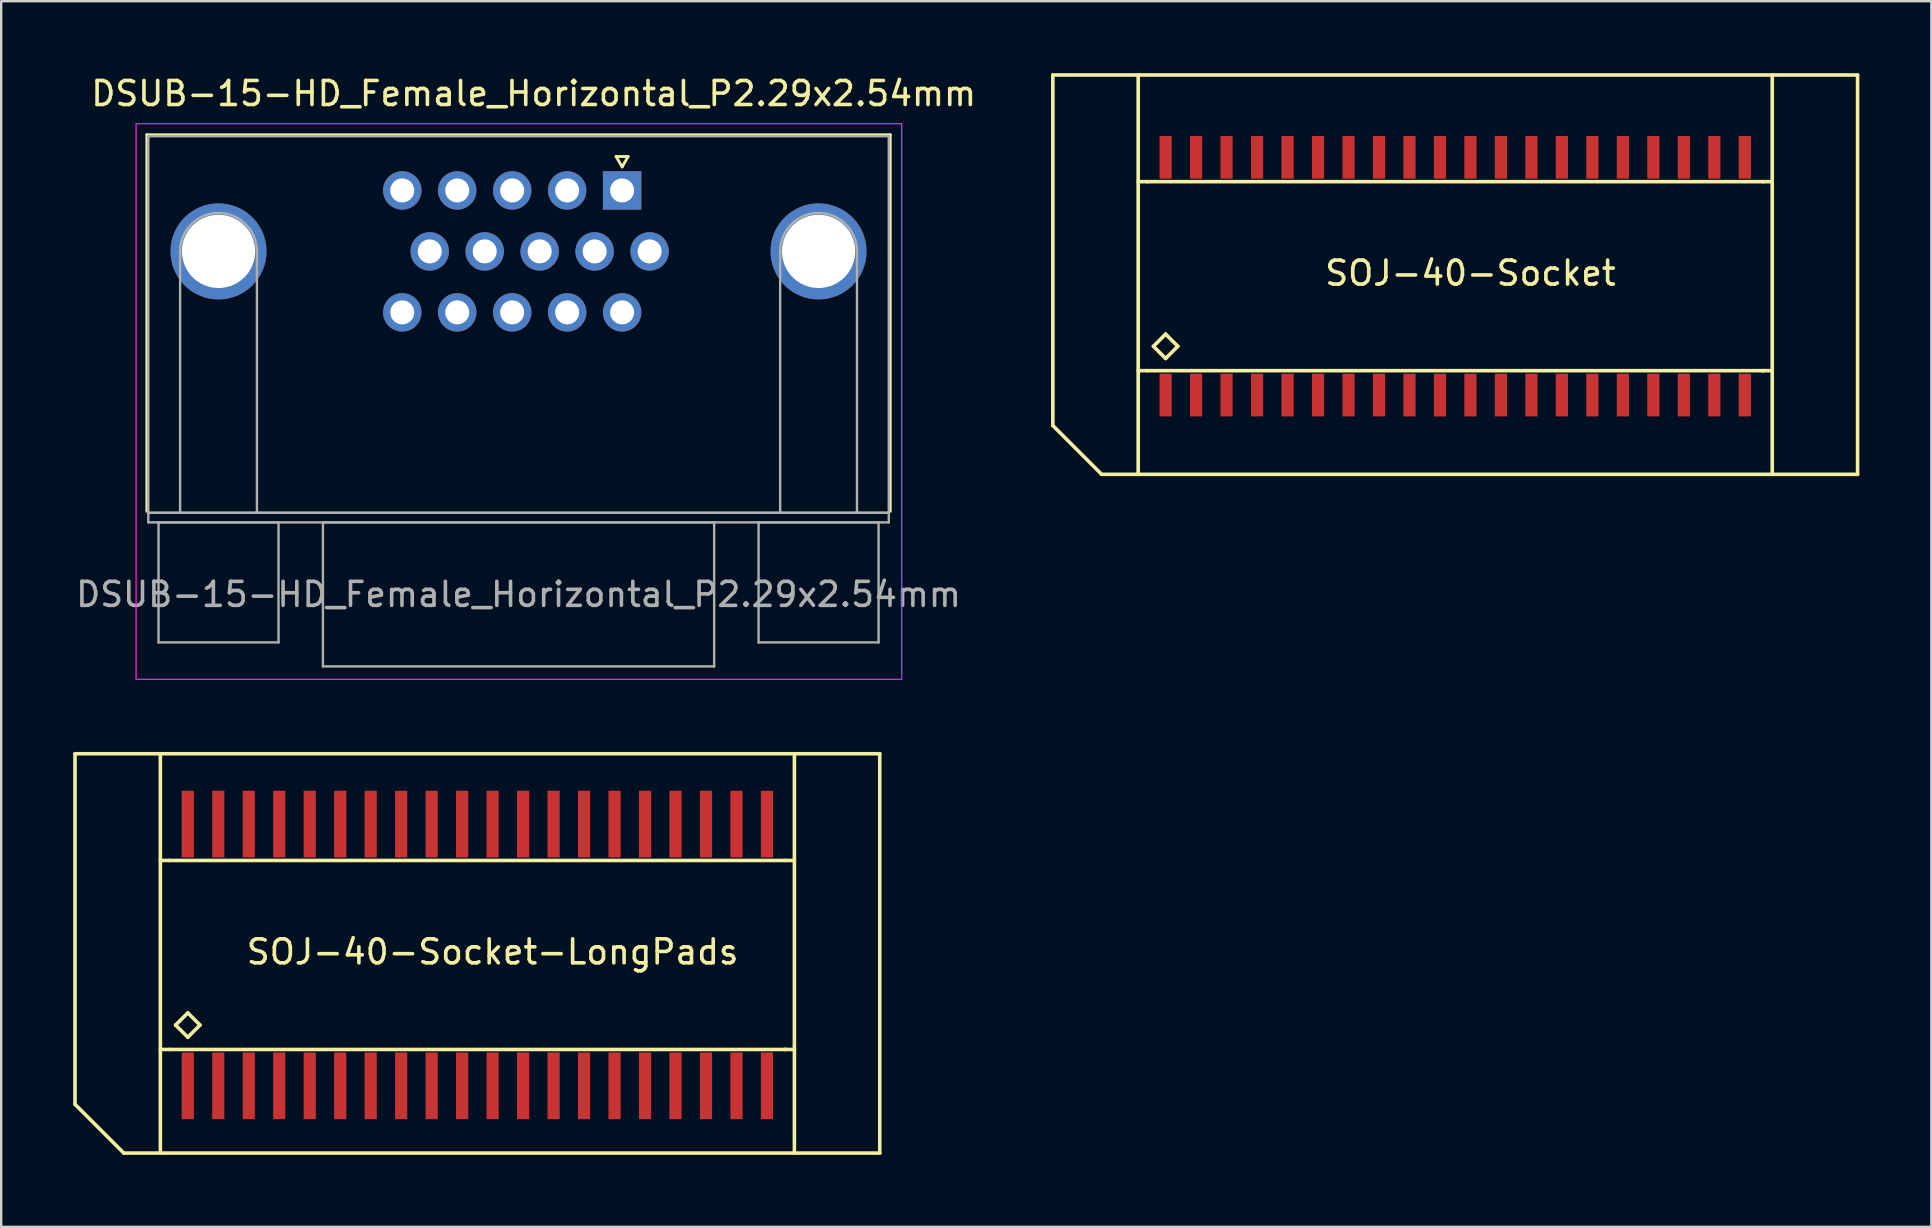
<source format=kicad_pcb>
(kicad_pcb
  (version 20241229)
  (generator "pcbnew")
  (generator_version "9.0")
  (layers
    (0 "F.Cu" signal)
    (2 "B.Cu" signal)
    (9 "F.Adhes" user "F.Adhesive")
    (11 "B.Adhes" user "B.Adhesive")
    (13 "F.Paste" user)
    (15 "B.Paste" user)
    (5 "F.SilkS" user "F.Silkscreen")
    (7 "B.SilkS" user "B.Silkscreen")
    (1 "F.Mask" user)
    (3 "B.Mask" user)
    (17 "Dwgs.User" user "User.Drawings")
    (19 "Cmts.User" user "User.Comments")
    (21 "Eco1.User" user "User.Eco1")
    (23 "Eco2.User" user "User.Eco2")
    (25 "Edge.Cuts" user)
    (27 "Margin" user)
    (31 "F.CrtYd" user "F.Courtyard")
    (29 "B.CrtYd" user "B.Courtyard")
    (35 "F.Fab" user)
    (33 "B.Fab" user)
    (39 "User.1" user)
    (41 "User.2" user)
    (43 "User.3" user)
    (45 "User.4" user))
  (footprint "SOJ-40-Socket"
    (layer "F.Cu")
    (at 58.213 8.33)
    (property "Reference" "SOJ-40-Socket" (at 0 0 180) (layer "F.SilkS") (effects (font (size 1 1) (thickness 0.15))))
    (attr smd)
    (fp_line (start -17.399 6.35) (end -17.399 -8.255) (stroke (width 0.15) (type solid)) (layer "F.SilkS"))
    (fp_line (start -15.367 8.382) (end -17.399 6.35) (stroke (width 0.15) (type solid)) (layer "F.SilkS"))
    (fp_line (start -13.843 8.382) (end -13.843 -8.255) (stroke (width 0.15) (type solid)) (layer "F.SilkS"))
    (fp_line (start -13.462 -3.81) (end -13.843 -3.81) (stroke (width 0.15) (type solid)) (layer "F.SilkS"))
    (fp_line (start -13.462 -3.81) (end 12.192 -3.81) (stroke (width 0.15) (type solid)) (layer "F.SilkS"))
    (fp_line (start -13.462 4.064) (end -13.843 4.064) (stroke (width 0.15) (type solid)) (layer "F.SilkS"))
    (fp_line (start -13.208 3.048) (end -12.7 2.54) (stroke (width 0.15) (type solid)) (layer "F.SilkS"))
    (fp_line (start -12.7 2.54) (end -12.192 3.048) (stroke (width 0.15) (type solid)) (layer "F.SilkS"))
    (fp_line (start -12.7 3.556) (end -13.208 3.048) (stroke (width 0.15) (type solid)) (layer "F.SilkS"))
    (fp_line (start -12.192 3.048) (end -12.7 3.556) (stroke (width 0.15) (type solid)) (layer "F.SilkS"))
    (fp_line (start 12.192 -3.81) (end 12.573 -3.81) (stroke (width 0.15) (type solid)) (layer "F.SilkS"))
    (fp_line (start 12.192 4.064) (end -13.462 4.064) (stroke (width 0.15) (type solid)) (layer "F.SilkS"))
    (fp_line (start 12.192 4.064) (end 12.192 4.064) (stroke (width 0.15) (type solid)) (layer "F.SilkS"))
    (fp_line (start 12.192 4.064) (end 12.573 4.064) (stroke (width 0.15) (type solid)) (layer "F.SilkS"))
    (fp_line (start 12.573 8.382) (end 12.573 -8.255) (stroke (width 0.15) (type solid)) (layer "F.SilkS"))
    (fp_line (start 16.129 -8.255) (end -17.399 -8.255) (stroke (width 0.15) (type solid)) (layer "F.SilkS"))
    (fp_line (start 16.129 -8.255) (end 16.129 8.382) (stroke (width 0.15) (type solid)) (layer "F.SilkS"))
    (fp_line (start 16.129 8.382) (end -15.367 8.382) (stroke (width 0.15) (type solid)) (layer "F.SilkS"))
    (pad "1" smd rect (at -12.7 5.08) (size 0.508 1.778) (layers "F.Cu" "F.Mask" "F.Paste"))
    (pad "2" smd rect (at -11.43 5.08) (size 0.508 1.778) (layers "F.Cu" "F.Mask" "F.Paste"))
    (pad "3" smd rect (at -10.16 5.08) (size 0.508 1.778) (layers "F.Cu" "F.Mask" "F.Paste"))
    (pad "4" smd rect (at -8.89 5.08) (size 0.508 1.778) (layers "F.Cu" "F.Mask" "F.Paste"))
    (pad "5" smd rect (at -7.62 5.08) (size 0.508 1.778) (layers "F.Cu" "F.Mask" "F.Paste"))
    (pad "6" smd rect (at -6.35 5.08) (size 0.508 1.778) (layers "F.Cu" "F.Mask" "F.Paste"))
    (pad "7" smd rect (at -5.08 5.08) (size 0.508 1.778) (layers "F.Cu" "F.Mask" "F.Paste"))
    (pad "8" smd rect (at -3.81 5.08) (size 0.508 1.778) (layers "F.Cu" "F.Mask" "F.Paste"))
    (pad "9" smd rect (at -2.54 5.08) (size 0.508 1.778) (layers "F.Cu" "F.Mask" "F.Paste"))
    (pad "10" smd rect (at -1.27 5.08) (size 0.508 1.778) (layers "F.Cu" "F.Mask" "F.Paste"))
    (pad "11" smd rect (at 0 5.08) (size 0.508 1.778) (layers "F.Cu" "F.Mask" "F.Paste"))
    (pad "12" smd rect (at 1.27 5.08) (size 0.508 1.778) (layers "F.Cu" "F.Mask" "F.Paste"))
    (pad "13" smd rect (at 2.54 5.08) (size 0.508 1.778) (layers "F.Cu" "F.Mask" "F.Paste"))
    (pad "14" smd rect (at 3.81 5.08) (size 0.508 1.778) (layers "F.Cu" "F.Mask" "F.Paste"))
    (pad "15" smd rect (at 5.08 5.08) (size 0.508 1.778) (layers "F.Cu" "F.Mask" "F.Paste"))
    (pad "16" smd rect (at 6.35 5.08) (size 0.508 1.778) (layers "F.Cu" "F.Mask" "F.Paste"))
    (pad "17" smd rect (at 7.62 5.08) (size 0.508 1.778) (layers "F.Cu" "F.Mask" "F.Paste"))
    (pad "18" smd rect (at 8.89 5.08) (size 0.508 1.778) (layers "F.Cu" "F.Mask" "F.Paste"))
    (pad "19" smd rect (at 10.16 5.08) (size 0.508 1.778) (layers "F.Cu" "F.Mask" "F.Paste"))
    (pad "20" smd rect (at 11.43 5.08) (size 0.508 1.778) (layers "F.Cu" "F.Mask" "F.Paste"))
    (pad "21" smd rect (at 11.43 -4.826) (size 0.508 1.778) (layers "F.Cu" "F.Mask" "F.Paste"))
    (pad "22" smd rect (at 10.16 -4.826) (size 0.508 1.778) (layers "F.Cu" "F.Mask" "F.Paste"))
    (pad "23" smd rect (at 8.89 -4.826) (size 0.508 1.778) (layers "F.Cu" "F.Mask" "F.Paste"))
    (pad "24" smd rect (at 7.62 -4.826) (size 0.508 1.778) (layers "F.Cu" "F.Mask" "F.Paste"))
    (pad "25" smd rect (at 6.35 -4.826) (size 0.508 1.778) (layers "F.Cu" "F.Mask" "F.Paste"))
    (pad "26" smd rect (at 5.08 -4.826) (size 0.508 1.778) (layers "F.Cu" "F.Mask" "F.Paste"))
    (pad "27" smd rect (at 3.81 -4.826) (size 0.508 1.778) (layers "F.Cu" "F.Mask" "F.Paste"))
    (pad "28" smd rect (at 2.54 -4.826) (size 0.508 1.778) (layers "F.Cu" "F.Mask" "F.Paste"))
    (pad "29" smd rect (at 1.27 -4.826) (size 0.508 1.778) (layers "F.Cu" "F.Mask" "F.Paste"))
    (pad "30" smd rect (at 0 -4.826) (size 0.508 1.778) (layers "F.Cu" "F.Mask" "F.Paste"))
    (pad "31" smd rect (at -1.27 -4.826) (size 0.508 1.778) (layers "F.Cu" "F.Mask" "F.Paste"))
    (pad "32" smd rect (at -2.54 -4.826) (size 0.508 1.778) (layers "F.Cu" "F.Mask" "F.Paste"))
    (pad "33" smd rect (at -3.81 -4.826) (size 0.508 1.778) (layers "F.Cu" "F.Mask" "F.Paste"))
    (pad "34" smd rect (at -5.08 -4.826) (size 0.508 1.778) (layers "F.Cu" "F.Mask" "F.Paste"))
    (pad "35" smd rect (at -6.35 -4.826) (size 0.508 1.778) (layers "F.Cu" "F.Mask" "F.Paste"))
    (pad "36" smd rect (at -7.62 -4.826) (size 0.508 1.778) (layers "F.Cu" "F.Mask" "F.Paste"))
    (pad "37" smd rect (at -8.89 -4.826) (size 0.508 1.778) (layers "F.Cu" "F.Mask" "F.Paste"))
    (pad "38" smd rect (at -10.16 -4.826) (size 0.508 1.778) (layers "F.Cu" "F.Mask" "F.Paste"))
    (pad "39" smd rect (at -11.43 -4.826) (size 0.508 1.778) (layers "F.Cu" "F.Mask" "F.Paste"))
    (pad "40" smd rect (at -12.7 -4.826) (size 0.508 1.778) (layers "F.Cu" "F.Mask" "F.Paste")))
  (footprint "DSUB-15-HD_Female_Horizontal_P2.29x2.54mm"
    (layer "F.Cu")
    (at 22.869 6.004)
    (property "Reference" "DSUB-15-HD_Female_Horizontal_P2.29x2.54mm" (at -3.683 -5.156 0) (layer "F.SilkS") (effects (font (size 1 1) (thickness 0.15))))
    (attr through_hole)
    (fp_line (start -19.8 -3.44) (end 11.17 -3.44) (stroke (width 0.12) (type solid)) (layer "F.SilkS"))
    (fp_line (start -19.8 12.25) (end -19.8 -3.44) (stroke (width 0.12) (type solid)) (layer "F.SilkS"))
    (fp_line (start -0.25 -2.534) (end 0.25 -2.534) (stroke (width 0.12) (type solid)) (layer "F.SilkS"))
    (fp_line (start 0 -2.101) (end -0.25 -2.534) (stroke (width 0.12) (type solid)) (layer "F.SilkS"))
    (fp_line (start 0.25 -2.534) (end 0 -2.101) (stroke (width 0.12) (type solid)) (layer "F.SilkS"))
    (fp_line (start 11.17 -3.44) (end 11.17 12.25) (stroke (width 0.12) (type solid)) (layer "F.SilkS"))
    (fp_line (start -20.25 -3.9) (end -20.25 19.25) (stroke (width 0.05) (type solid)) (layer "F.CrtYd"))
    (fp_line (start -20.25 19.25) (end 11.65 19.25) (stroke (width 0.05) (type solid)) (layer "F.CrtYd"))
    (fp_line (start 11.65 -3.9) (end -20.25 -3.9) (stroke (width 0.05) (type solid)) (layer "F.CrtYd"))
    (fp_line (start 11.65 19.25) (end 11.65 -3.9) (stroke (width 0.05) (type solid)) (layer "F.CrtYd"))
    (fp_line (start -19.74 -3.38) (end -19.74 12.31) (stroke (width 0.1) (type solid)) (layer "F.Fab"))
    (fp_line (start -19.74 12.31) (end -19.74 12.71) (stroke (width 0.1) (type solid)) (layer "F.Fab"))
    (fp_line (start -19.74 12.31) (end 11.11 12.31) (stroke (width 0.1) (type solid)) (layer "F.Fab"))
    (fp_line (start -19.74 12.71) (end 11.11 12.71) (stroke (width 0.1) (type solid)) (layer "F.Fab"))
    (fp_line (start -19.315 12.71) (end -19.315 17.71) (stroke (width 0.1) (type solid)) (layer "F.Fab"))
    (fp_line (start -19.315 17.71) (end -14.315 17.71) (stroke (width 0.1) (type solid)) (layer "F.Fab"))
    (fp_line (start -18.415 12.31) (end -18.415 1.42) (stroke (width 0.1) (type solid)) (layer "F.Fab"))
    (fp_line (start -15.215 12.31) (end -15.215 1.42) (stroke (width 0.1) (type solid)) (layer "F.Fab"))
    (fp_line (start -14.315 12.71) (end -19.315 12.71) (stroke (width 0.1) (type solid)) (layer "F.Fab"))
    (fp_line (start -14.315 17.71) (end -14.315 12.71) (stroke (width 0.1) (type solid)) (layer "F.Fab"))
    (fp_line (start -12.465 12.71) (end -12.465 18.71) (stroke (width 0.1) (type solid)) (layer "F.Fab"))
    (fp_line (start -12.465 18.71) (end 3.835 18.71) (stroke (width 0.1) (type solid)) (layer "F.Fab"))
    (fp_line (start 3.835 12.71) (end -12.465 12.71) (stroke (width 0.1) (type solid)) (layer "F.Fab"))
    (fp_line (start 3.835 18.71) (end 3.835 12.71) (stroke (width 0.1) (type solid)) (layer "F.Fab"))
    (fp_line (start 5.685 12.71) (end 5.685 17.71) (stroke (width 0.1) (type solid)) (layer "F.Fab"))
    (fp_line (start 5.685 17.71) (end 10.685 17.71) (stroke (width 0.1) (type solid)) (layer "F.Fab"))
    (fp_line (start 6.585 12.31) (end 6.585 1.42) (stroke (width 0.1) (type solid)) (layer "F.Fab"))
    (fp_line (start 9.785 12.31) (end 9.785 1.42) (stroke (width 0.1) (type solid)) (layer "F.Fab"))
    (fp_line (start 10.685 12.71) (end 5.685 12.71) (stroke (width 0.1) (type solid)) (layer "F.Fab"))
    (fp_line (start 10.685 17.71) (end 10.685 12.71) (stroke (width 0.1) (type solid)) (layer "F.Fab"))
    (fp_line (start 11.11 -3.38) (end -19.74 -3.38) (stroke (width 0.1) (type solid)) (layer "F.Fab"))
    (fp_line (start 11.11 12.31) (end -19.74 12.31) (stroke (width 0.1) (type solid)) (layer "F.Fab"))
    (fp_line (start 11.11 12.31) (end 11.11 -3.38) (stroke (width 0.1) (type solid)) (layer "F.Fab"))
    (fp_line (start 11.11 12.71) (end 11.11 12.31) (stroke (width 0.1) (type solid)) (layer "F.Fab"))
    (fp_arc (start -18.415 1.42) (mid -16.815 -0.18) (end -15.215 1.42) (stroke (width 0.1) (type solid)) (layer "F.Fab"))
    (fp_arc (start 6.585 1.42) (mid 8.185 -0.18) (end 9.785 1.42) (stroke (width 0.1) (type solid)) (layer "F.Fab"))
    (fp_text user "${REFERENCE}" (at -4.315 15.71 0) (layer "F.Fab") (effects (font (size 1 1) (thickness 0.15))))
    (pad "0" thru_hole circle (at -16.815 1.42) (size 4 4) (drill 3.05) (layers "*.Cu" "*.Mask"))
    (pad "0" thru_hole circle (at 8.185 1.42) (size 4 4) (drill 3.05) (layers "*.Cu" "*.Mask"))
    (pad "1" thru_hole rect (at 0 -1.12) (size 1.6 1.6) (drill 1) (layers "*.Cu" "*.Mask"))
    (pad "2" thru_hole circle (at -2.29 -1.12) (size 1.6 1.6) (drill 1) (layers "*.Cu" "*.Mask"))
    (pad "3" thru_hole circle (at -4.58 -1.12) (size 1.6 1.6) (drill 1) (layers "*.Cu" "*.Mask"))
    (pad "4" thru_hole circle (at -6.87 -1.12) (size 1.6 1.6) (drill 1) (layers "*.Cu" "*.Mask"))
    (pad "5" thru_hole circle (at -9.16 -1.12) (size 1.6 1.6) (drill 1) (layers "*.Cu" "*.Mask"))
    (pad "6" thru_hole circle (at 1.145 1.42) (size 1.6 1.6) (drill 1) (layers "*.Cu" "*.Mask"))
    (pad "7" thru_hole circle (at -1.145 1.42) (size 1.6 1.6) (drill 1) (layers "*.Cu" "*.Mask"))
    (pad "8" thru_hole circle (at -3.435 1.42) (size 1.6 1.6) (drill 1) (layers "*.Cu" "*.Mask"))
    (pad "9" thru_hole circle (at -5.725 1.42) (size 1.6 1.6) (drill 1) (layers "*.Cu" "*.Mask"))
    (pad "10" thru_hole circle (at -8.015 1.42) (size 1.6 1.6) (drill 1) (layers "*.Cu" "*.Mask"))
    (pad "11" thru_hole circle (at 0 3.96) (size 1.6 1.6) (drill 1) (layers "*.Cu" "*.Mask"))
    (pad "12" thru_hole circle (at -2.29 3.96) (size 1.6 1.6) (drill 1) (layers "*.Cu" "*.Mask"))
    (pad "13" thru_hole circle (at -4.58 3.96) (size 1.6 1.6) (drill 1) (layers "*.Cu" "*.Mask"))
    (pad "14" thru_hole circle (at -6.87 3.96) (size 1.6 1.6) (drill 1) (layers "*.Cu" "*.Mask"))
    (pad "15" thru_hole circle (at -9.16 3.96) (size 1.6 1.6) (drill 1) (layers "*.Cu" "*.Mask")))
  (footprint "SOJ-40-Socket-LongPads"
    (layer "F.Cu")
    (at 17.474 36.609)
    (property "Reference" "SOJ-40-Socket-LongPads" (at 0 0 180) (layer "F.SilkS") (effects (font (size 1 1) (thickness 0.15))))
    (attr smd)
    (fp_line (start -17.399 6.35) (end -17.399 -8.255) (stroke (width 0.15) (type solid)) (layer "F.SilkS"))
    (fp_line (start -15.367 8.382) (end -17.399 6.35) (stroke (width 0.15) (type solid)) (layer "F.SilkS"))
    (fp_line (start -13.843 8.382) (end -13.843 -8.255) (stroke (width 0.15) (type solid)) (layer "F.SilkS"))
    (fp_line (start -13.462 -3.81) (end -13.843 -3.81) (stroke (width 0.15) (type solid)) (layer "F.SilkS"))
    (fp_line (start -13.462 -3.81) (end 12.192 -3.81) (stroke (width 0.15) (type solid)) (layer "F.SilkS"))
    (fp_line (start -13.462 4.064) (end -13.843 4.064) (stroke (width 0.15) (type solid)) (layer "F.SilkS"))
    (fp_line (start -13.208 3.048) (end -12.7 2.54) (stroke (width 0.15) (type solid)) (layer "F.SilkS"))
    (fp_line (start -12.7 2.54) (end -12.192 3.048) (stroke (width 0.15) (type solid)) (layer "F.SilkS"))
    (fp_line (start -12.7 3.556) (end -13.208 3.048) (stroke (width 0.15) (type solid)) (layer "F.SilkS"))
    (fp_line (start -12.192 3.048) (end -12.7 3.556) (stroke (width 0.15) (type solid)) (layer "F.SilkS"))
    (fp_line (start 12.192 -3.81) (end 12.573 -3.81) (stroke (width 0.15) (type solid)) (layer "F.SilkS"))
    (fp_line (start 12.192 4.064) (end -13.462 4.064) (stroke (width 0.15) (type solid)) (layer "F.SilkS"))
    (fp_line (start 12.192 4.064) (end 12.192 4.064) (stroke (width 0.15) (type solid)) (layer "F.SilkS"))
    (fp_line (start 12.192 4.064) (end 12.573 4.064) (stroke (width 0.15) (type solid)) (layer "F.SilkS"))
    (fp_line (start 12.573 8.382) (end 12.573 -8.255) (stroke (width 0.15) (type solid)) (layer "F.SilkS"))
    (fp_line (start 16.129 -8.255) (end -17.399 -8.255) (stroke (width 0.15) (type solid)) (layer "F.SilkS"))
    (fp_line (start 16.129 -8.255) (end 16.129 8.382) (stroke (width 0.15) (type solid)) (layer "F.SilkS"))
    (fp_line (start 16.129 8.382) (end -15.367 8.382) (stroke (width 0.15) (type solid)) (layer "F.SilkS"))
    (pad "1" smd rect (at -12.7 5.58) (size 0.508 2.778) (layers "F.Cu" "F.Mask" "F.Paste"))
    (pad "2" smd rect (at -11.43 5.58) (size 0.508 2.778) (layers "F.Cu" "F.Mask" "F.Paste"))
    (pad "3" smd rect (at -10.16 5.58) (size 0.508 2.778) (layers "F.Cu" "F.Mask" "F.Paste"))
    (pad "4" smd rect (at -8.89 5.58) (size 0.508 2.778) (layers "F.Cu" "F.Mask" "F.Paste"))
    (pad "5" smd rect (at -7.62 5.58) (size 0.508 2.778) (layers "F.Cu" "F.Mask" "F.Paste"))
    (pad "6" smd rect (at -6.35 5.58) (size 0.508 2.778) (layers "F.Cu" "F.Mask" "F.Paste"))
    (pad "7" smd rect (at -5.08 5.58) (size 0.508 2.778) (layers "F.Cu" "F.Mask" "F.Paste"))
    (pad "8" smd rect (at -3.81 5.58) (size 0.508 2.778) (layers "F.Cu" "F.Mask" "F.Paste"))
    (pad "9" smd rect (at -2.54 5.58) (size 0.508 2.778) (layers "F.Cu" "F.Mask" "F.Paste"))
    (pad "10" smd rect (at -1.27 5.58) (size 0.508 2.778) (layers "F.Cu" "F.Mask" "F.Paste"))
    (pad "11" smd rect (at 0 5.58) (size 0.508 2.778) (layers "F.Cu" "F.Mask" "F.Paste"))
    (pad "12" smd rect (at 1.27 5.58) (size 0.508 2.778) (layers "F.Cu" "F.Mask" "F.Paste"))
    (pad "13" smd rect (at 2.54 5.58) (size 0.508 2.778) (layers "F.Cu" "F.Mask" "F.Paste"))
    (pad "14" smd rect (at 3.81 5.58) (size 0.508 2.778) (layers "F.Cu" "F.Mask" "F.Paste"))
    (pad "15" smd rect (at 5.08 5.58) (size 0.508 2.778) (layers "F.Cu" "F.Mask" "F.Paste"))
    (pad "16" smd rect (at 6.35 5.58) (size 0.508 2.778) (layers "F.Cu" "F.Mask" "F.Paste"))
    (pad "17" smd rect (at 7.62 5.58) (size 0.508 2.778) (layers "F.Cu" "F.Mask" "F.Paste"))
    (pad "18" smd rect (at 8.89 5.58) (size 0.508 2.778) (layers "F.Cu" "F.Mask" "F.Paste"))
    (pad "19" smd rect (at 10.16 5.58) (size 0.508 2.778) (layers "F.Cu" "F.Mask" "F.Paste"))
    (pad "20" smd rect (at 11.43 5.58) (size 0.508 2.778) (layers "F.Cu" "F.Mask" "F.Paste"))
    (pad "21" smd rect (at 11.43 -5.326) (size 0.508 2.778) (layers "F.Cu" "F.Mask" "F.Paste"))
    (pad "22" smd rect (at 10.16 -5.326) (size 0.508 2.778) (layers "F.Cu" "F.Mask" "F.Paste"))
    (pad "23" smd rect (at 8.89 -5.326) (size 0.508 2.778) (layers "F.Cu" "F.Mask" "F.Paste"))
    (pad "24" smd rect (at 7.62 -5.326) (size 0.508 2.778) (layers "F.Cu" "F.Mask" "F.Paste"))
    (pad "25" smd rect (at 6.35 -5.326) (size 0.508 2.778) (layers "F.Cu" "F.Mask" "F.Paste"))
    (pad "26" smd rect (at 5.08 -5.326) (size 0.508 2.778) (layers "F.Cu" "F.Mask" "F.Paste"))
    (pad "27" smd rect (at 3.81 -5.326) (size 0.508 2.778) (layers "F.Cu" "F.Mask" "F.Paste"))
    (pad "28" smd rect (at 2.54 -5.326) (size 0.508 2.778) (layers "F.Cu" "F.Mask" "F.Paste"))
    (pad "29" smd rect (at 1.27 -5.326) (size 0.508 2.778) (layers "F.Cu" "F.Mask" "F.Paste"))
    (pad "30" smd rect (at 0 -5.326) (size 0.508 2.778) (layers "F.Cu" "F.Mask" "F.Paste"))
    (pad "31" smd rect (at -1.27 -5.326) (size 0.508 2.778) (layers "F.Cu" "F.Mask" "F.Paste"))
    (pad "32" smd rect (at -2.54 -5.326) (size 0.508 2.778) (layers "F.Cu" "F.Mask" "F.Paste"))
    (pad "33" smd rect (at -3.81 -5.326) (size 0.508 2.778) (layers "F.Cu" "F.Mask" "F.Paste"))
    (pad "34" smd rect (at -5.08 -5.326) (size 0.508 2.778) (layers "F.Cu" "F.Mask" "F.Paste"))
    (pad "35" smd rect (at -6.35 -5.326) (size 0.508 2.778) (layers "F.Cu" "F.Mask" "F.Paste"))
    (pad "36" smd rect (at -7.62 -5.326) (size 0.508 2.778) (layers "F.Cu" "F.Mask" "F.Paste"))
    (pad "37" smd rect (at -8.89 -5.326) (size 0.508 2.778) (layers "F.Cu" "F.Mask" "F.Paste"))
    (pad "38" smd rect (at -10.16 -5.326) (size 0.508 2.778) (layers "F.Cu" "F.Mask" "F.Paste"))
    (pad "39" smd rect (at -11.43 -5.326) (size 0.508 2.778) (layers "F.Cu" "F.Mask" "F.Paste"))
    (pad "40" smd rect (at -12.7 -5.326) (size 0.508 2.778) (layers "F.Cu" "F.Mask" "F.Paste")))
  (gr_rect
    (start -3 -3)
    (end 77.417 48.066)
    (stroke (width 0.1) (type default))
    (fill no)
    (layer "Edge.Cuts")))
</source>
